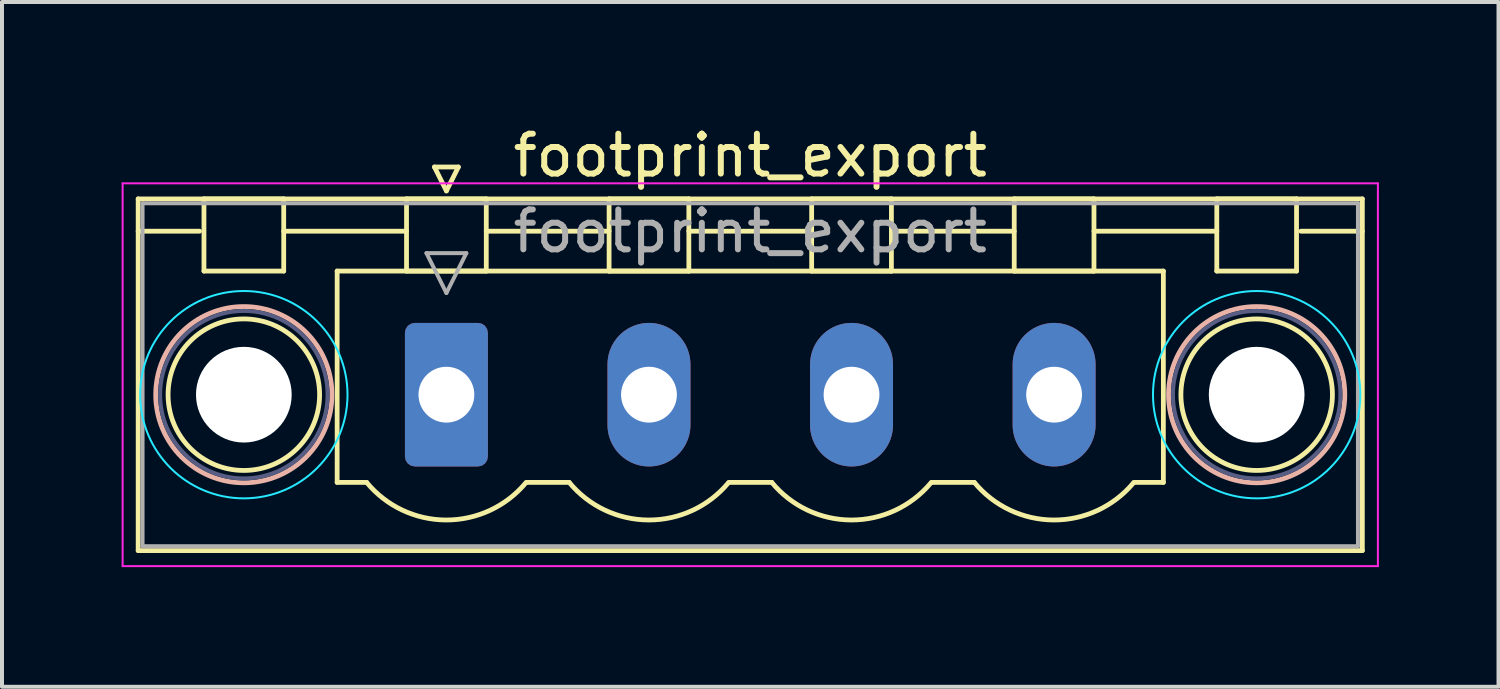
<source format=kicad_pcb>
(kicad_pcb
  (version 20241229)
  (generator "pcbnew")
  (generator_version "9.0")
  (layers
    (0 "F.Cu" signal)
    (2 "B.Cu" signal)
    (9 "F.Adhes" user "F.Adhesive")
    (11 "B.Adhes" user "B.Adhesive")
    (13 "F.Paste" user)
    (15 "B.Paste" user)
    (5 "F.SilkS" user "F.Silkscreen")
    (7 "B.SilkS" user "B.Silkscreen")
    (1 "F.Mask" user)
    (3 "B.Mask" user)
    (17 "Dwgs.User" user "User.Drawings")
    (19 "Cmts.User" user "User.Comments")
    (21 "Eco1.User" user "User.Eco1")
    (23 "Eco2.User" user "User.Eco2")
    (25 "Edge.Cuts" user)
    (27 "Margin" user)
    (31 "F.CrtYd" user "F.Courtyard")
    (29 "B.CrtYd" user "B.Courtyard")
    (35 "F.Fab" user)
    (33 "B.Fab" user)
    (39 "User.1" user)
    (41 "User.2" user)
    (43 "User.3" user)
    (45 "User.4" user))
  (footprint "footprint_export"
    (layer "F.Cu")
    (at 8.145 6.848)
    (property "Reference" "footprint_export" (at 7.62 -6 0) (layer "F.SilkS") (effects (font (size 1 1) (thickness 0.15))))
    (attr through_hole)
    (fp_line (start -7.73 -4.91) (end -7.73 3.91) (stroke (width 0.12) (type solid)) (layer "F.SilkS"))
    (fp_line (start -7.73 -4.1) (end -6.19 -4.1) (stroke (width 0.12) (type solid)) (layer "F.SilkS"))
    (fp_line (start -7.73 3.91) (end 22.97 3.91) (stroke (width 0.12) (type solid)) (layer "F.SilkS"))
    (fp_line (start -6.08 -4.91) (end -4.08 -4.91) (stroke (width 0.12) (type solid)) (layer "F.SilkS"))
    (fp_line (start -6.08 -3.1) (end -6.08 -4.91) (stroke (width 0.12) (type solid)) (layer "F.SilkS"))
    (fp_line (start -4.08 -4.91) (end -4.08 -3.1) (stroke (width 0.12) (type solid)) (layer "F.SilkS"))
    (fp_line (start -4.08 -4.1) (end -1 -4.1) (stroke (width 0.12) (type solid)) (layer "F.SilkS"))
    (fp_line (start -4.08 -3.1) (end -6.08 -3.1) (stroke (width 0.12) (type solid)) (layer "F.SilkS"))
    (fp_line (start -2.74 -3.1) (end 17.98 -3.1) (stroke (width 0.12) (type solid)) (layer "F.SilkS"))
    (fp_line (start -2.74 2.2) (end -2.74 -3.1) (stroke (width 0.12) (type solid)) (layer "F.SilkS"))
    (fp_line (start -2 2.2) (end -2.74 2.2) (stroke (width 0.12) (type solid)) (layer "F.SilkS"))
    (fp_line (start -1 -4.91) (end 1 -4.91) (stroke (width 0.12) (type solid)) (layer "F.SilkS"))
    (fp_line (start -1 -3.1) (end -1 -4.91) (stroke (width 0.12) (type solid)) (layer "F.SilkS"))
    (fp_line (start -0.3 -5.71) (end 0.3 -5.71) (stroke (width 0.12) (type solid)) (layer "F.SilkS"))
    (fp_line (start 0 -5.11) (end -0.3 -5.71) (stroke (width 0.12) (type solid)) (layer "F.SilkS"))
    (fp_line (start 0.3 -5.71) (end 0 -5.11) (stroke (width 0.12) (type solid)) (layer "F.SilkS"))
    (fp_line (start 1 -4.91) (end 1 -3.1) (stroke (width 0.12) (type solid)) (layer "F.SilkS"))
    (fp_line (start 1 -4.1) (end 4.08 -4.1) (stroke (width 0.12) (type solid)) (layer "F.SilkS"))
    (fp_line (start 1 -3.1) (end -1 -3.1) (stroke (width 0.12) (type solid)) (layer "F.SilkS"))
    (fp_line (start 2 2.2) (end 3.08 2.2) (stroke (width 0.12) (type solid)) (layer "F.SilkS"))
    (fp_line (start 4.08 -4.91) (end 6.08 -4.91) (stroke (width 0.12) (type solid)) (layer "F.SilkS"))
    (fp_line (start 4.08 -3.1) (end 4.08 -4.91) (stroke (width 0.12) (type solid)) (layer "F.SilkS"))
    (fp_line (start 6.08 -4.91) (end 6.08 -3.1) (stroke (width 0.12) (type solid)) (layer "F.SilkS"))
    (fp_line (start 6.08 -4.1) (end 9.16 -4.1) (stroke (width 0.12) (type solid)) (layer "F.SilkS"))
    (fp_line (start 6.08 -3.1) (end 4.08 -3.1) (stroke (width 0.12) (type solid)) (layer "F.SilkS"))
    (fp_line (start 7.08 2.2) (end 8.16 2.2) (stroke (width 0.12) (type solid)) (layer "F.SilkS"))
    (fp_line (start 9.16 -4.91) (end 11.16 -4.91) (stroke (width 0.12) (type solid)) (layer "F.SilkS"))
    (fp_line (start 9.16 -3.1) (end 9.16 -4.91) (stroke (width 0.12) (type solid)) (layer "F.SilkS"))
    (fp_line (start 11.16 -4.91) (end 11.16 -3.1) (stroke (width 0.12) (type solid)) (layer "F.SilkS"))
    (fp_line (start 11.16 -4.1) (end 14.24 -4.1) (stroke (width 0.12) (type solid)) (layer "F.SilkS"))
    (fp_line (start 11.16 -3.1) (end 9.16 -3.1) (stroke (width 0.12) (type solid)) (layer "F.SilkS"))
    (fp_line (start 12.16 2.2) (end 13.24 2.2) (stroke (width 0.12) (type solid)) (layer "F.SilkS"))
    (fp_line (start 14.24 -4.91) (end 16.24 -4.91) (stroke (width 0.12) (type solid)) (layer "F.SilkS"))
    (fp_line (start 14.24 -3.1) (end 14.24 -4.91) (stroke (width 0.12) (type solid)) (layer "F.SilkS"))
    (fp_line (start 16.24 -4.91) (end 16.24 -3.1) (stroke (width 0.12) (type solid)) (layer "F.SilkS"))
    (fp_line (start 16.24 -4.1) (end 19.32 -4.1) (stroke (width 0.12) (type solid)) (layer "F.SilkS"))
    (fp_line (start 16.24 -3.1) (end 14.24 -3.1) (stroke (width 0.12) (type solid)) (layer "F.SilkS"))
    (fp_line (start 17.98 -3.1) (end 17.98 2.2) (stroke (width 0.12) (type solid)) (layer "F.SilkS"))
    (fp_line (start 17.98 2.2) (end 17.24 2.2) (stroke (width 0.12) (type solid)) (layer "F.SilkS"))
    (fp_line (start 19.32 -4.91) (end 21.32 -4.91) (stroke (width 0.12) (type solid)) (layer "F.SilkS"))
    (fp_line (start 19.32 -3.1) (end 19.32 -4.91) (stroke (width 0.12) (type solid)) (layer "F.SilkS"))
    (fp_line (start 21.32 -4.91) (end 21.32 -3.1) (stroke (width 0.12) (type solid)) (layer "F.SilkS"))
    (fp_line (start 21.32 -3.1) (end 19.32 -3.1) (stroke (width 0.12) (type solid)) (layer "F.SilkS"))
    (fp_line (start 22.97 -4.91) (end -7.73 -4.91) (stroke (width 0.12) (type solid)) (layer "F.SilkS"))
    (fp_line (start 22.97 -4.1) (end 21.43 -4.1) (stroke (width 0.12) (type solid)) (layer "F.SilkS"))
    (fp_line (start 22.97 3.91) (end 22.97 -4.91) (stroke (width 0.12) (type solid)) (layer "F.SilkS"))
    (fp_arc (start 1.986842 2.215821) (mid -0.010289 3.142758) (end -2 2.2) (stroke (width 0.12) (type solid)) (layer "F.SilkS"))
    (fp_arc (start 7.066842 2.215821) (mid 5.069711 3.142758) (end 3.08 2.2) (stroke (width 0.12) (type solid)) (layer "F.SilkS"))
    (fp_arc (start 12.146842 2.215821) (mid 10.149711 3.142758) (end 8.16 2.2) (stroke (width 0.12) (type solid)) (layer "F.SilkS"))
    (fp_arc (start 17.226842 2.215821) (mid 15.229711 3.142758) (end 13.24 2.2) (stroke (width 0.12) (type solid)) (layer "F.SilkS"))
    (fp_circle (center -5.08 0) (end -3.18 0) (stroke (width 0.12) (type solid)) (fill no) (layer "F.SilkS"))
    (fp_circle (center 20.32 0) (end 22.22 0) (stroke (width 0.12) (type solid)) (fill no) (layer "F.SilkS"))
    (fp_circle (center -5.08 0) (end -2.87 0) (stroke (width 0.12) (type solid)) (fill no) (layer "B.SilkS"))
    (fp_circle (center 20.32 0) (end 22.53 0) (stroke (width 0.12) (type solid)) (fill no) (layer "B.SilkS"))
    (fp_circle (center -5.08 0) (end -2.48 0) (stroke (width 0.05) (type solid)) (fill no) (layer "B.CrtYd"))
    (fp_circle (center 20.32 0) (end 22.92 0) (stroke (width 0.05) (type solid)) (fill no) (layer "B.CrtYd"))
    (fp_line (start -8.12 -5.3) (end -8.12 4.3) (stroke (width 0.05) (type solid)) (layer "F.CrtYd"))
    (fp_line (start -8.12 4.3) (end 23.36 4.3) (stroke (width 0.05) (type solid)) (layer "F.CrtYd"))
    (fp_line (start 23.36 -5.3) (end -8.12 -5.3) (stroke (width 0.05) (type solid)) (layer "F.CrtYd"))
    (fp_line (start 23.36 4.3) (end 23.36 -5.3) (stroke (width 0.05) (type solid)) (layer "F.CrtYd"))
    (fp_circle (center -5.08 0) (end -2.98 0) (stroke (width 0.1) (type solid)) (fill no) (layer "B.Fab"))
    (fp_circle (center 20.32 0) (end 22.42 0) (stroke (width 0.1) (type solid)) (fill no) (layer "B.Fab"))
    (fp_line (start -7.62 -4.8) (end -7.62 3.8) (stroke (width 0.1) (type solid)) (layer "F.Fab"))
    (fp_line (start -7.62 3.8) (end 22.86 3.8) (stroke (width 0.1) (type solid)) (layer "F.Fab"))
    (fp_line (start -0.5 -3.55) (end 0.5 -3.55) (stroke (width 0.1) (type solid)) (layer "F.Fab"))
    (fp_line (start 0 -2.55) (end -0.5 -3.55) (stroke (width 0.1) (type solid)) (layer "F.Fab"))
    (fp_line (start 0.5 -3.55) (end 0 -2.55) (stroke (width 0.1) (type solid)) (layer "F.Fab"))
    (fp_line (start 22.86 -4.8) (end -7.62 -4.8) (stroke (width 0.1) (type solid)) (layer "F.Fab"))
    (fp_line (start 22.86 3.8) (end 22.86 -4.8) (stroke (width 0.1) (type solid)) (layer "F.Fab"))
    (fp_text user "${REFERENCE}" (at 7.62 -4.1 0) (layer "F.Fab") (effects (font (size 1 1) (thickness 0.15))))
    (pad "" np_thru_hole circle (at -5.08 0) (size 2.4 2.4) (drill 2.4) (layers "*.Cu" "*.Mask"))
    (pad "" np_thru_hole circle (at 20.32 0) (size 2.4 2.4) (drill 2.4) (layers "*.Cu" "*.Mask"))
    (pad "1" thru_hole roundrect (at 0 0) (size 2.08 3.6) (drill 1.4) (layers "*.Cu" "*.Mask") (roundrect_rratio 0.12))
    (pad "2" thru_hole oval (at 5.08 0) (size 2.08 3.6) (drill 1.4) (layers "*.Cu" "*.Mask"))
    (pad "3" thru_hole oval (at 10.16 0) (size 2.08 3.6) (drill 1.4) (layers "*.Cu" "*.Mask"))
    (pad "4" thru_hole oval (at 15.24 0) (size 2.08 3.6) (drill 1.4) (layers "*.Cu" "*.Mask")))
  (gr_rect
    (start -3 -3)
    (end 34.53 14.173)
    (stroke (width 0.1) (type default))
    (fill no)
    (layer "Edge.Cuts")))
</source>
